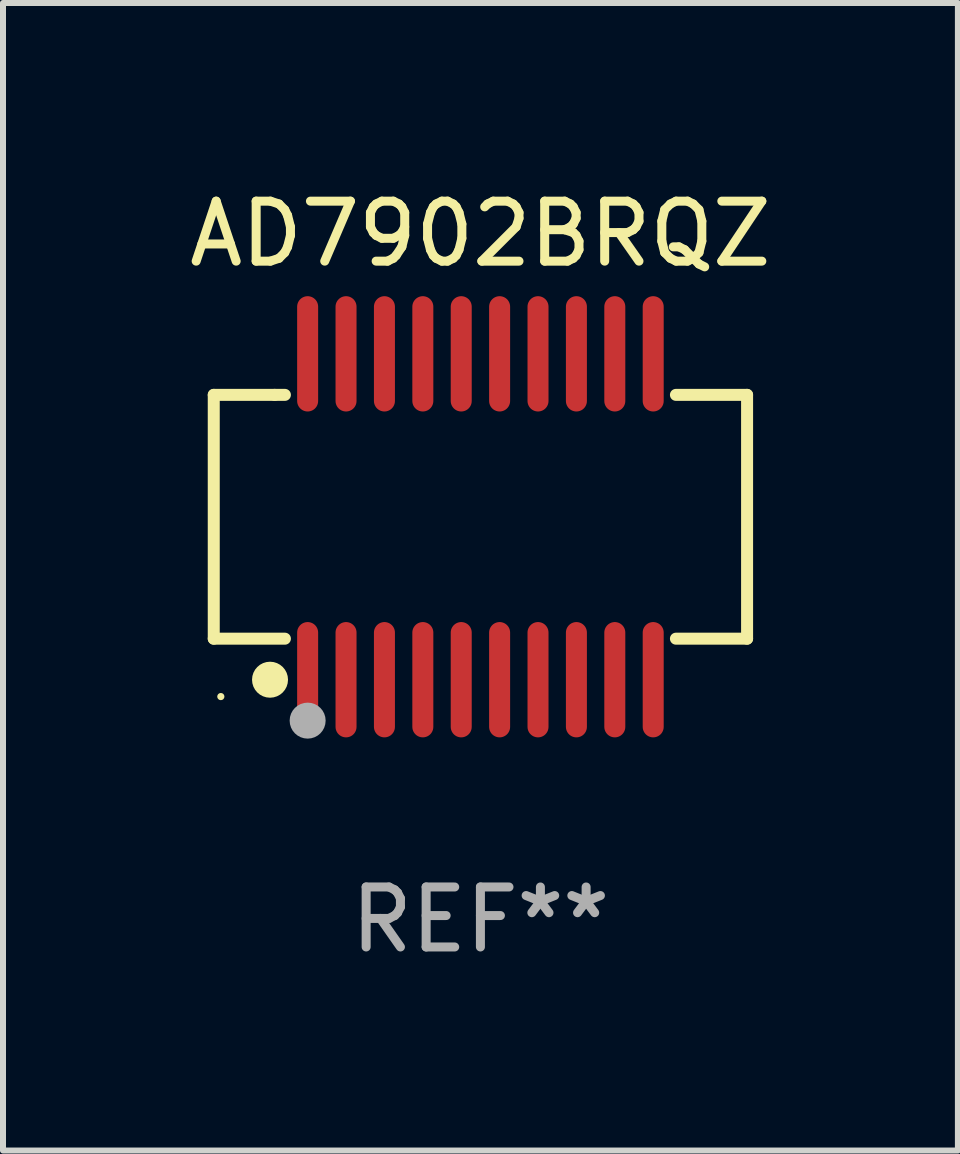
<source format=kicad_pcb>
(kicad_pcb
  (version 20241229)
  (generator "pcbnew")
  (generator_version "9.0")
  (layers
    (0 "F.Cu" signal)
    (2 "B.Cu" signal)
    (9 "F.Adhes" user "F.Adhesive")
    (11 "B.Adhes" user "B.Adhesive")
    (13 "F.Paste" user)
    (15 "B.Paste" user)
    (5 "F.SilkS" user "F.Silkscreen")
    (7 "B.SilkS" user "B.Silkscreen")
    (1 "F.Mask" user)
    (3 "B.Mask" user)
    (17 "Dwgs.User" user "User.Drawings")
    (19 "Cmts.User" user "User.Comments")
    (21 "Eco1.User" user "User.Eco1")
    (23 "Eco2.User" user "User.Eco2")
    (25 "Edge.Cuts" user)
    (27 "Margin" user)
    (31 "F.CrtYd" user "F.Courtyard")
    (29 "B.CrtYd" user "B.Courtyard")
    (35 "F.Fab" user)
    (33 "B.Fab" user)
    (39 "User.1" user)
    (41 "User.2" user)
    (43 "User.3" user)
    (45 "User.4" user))
  (footprint "AD7902BRQZ"
    (layer "F.Cu")
    (at 4.958 5.564)
    (property "Reference" "AD7902BRQZ" (at 0 -4.716 0) (layer "F.SilkS") (effects (font (size 1 1) (thickness 0.15))))
    (attr through_hole)
    (fp_line (start -4.445 -2.032) (end -4.445 2.032) (stroke (width 0.2) (type solid)) (layer "F.SilkS"))
    (fp_line (start -4.445 2.032) (end -3.259 2.032) (stroke (width 0.2) (type solid)) (layer "F.SilkS"))
    (fp_line (start -3.429 -2.032) (end -4.445 -2.032) (stroke (width 0.2) (type solid)) (layer "F.SilkS"))
    (fp_line (start -3.259 -2.032) (end -3.429 -2.032) (stroke (width 0.2) (type solid)) (layer "F.SilkS"))
    (fp_line (start 3.259 2.032) (end 4.445 2.032) (stroke (width 0.2) (type solid)) (layer "F.SilkS"))
    (fp_line (start 4.445 -2.032) (end 3.259 -2.032) (stroke (width 0.2) (type solid)) (layer "F.SilkS"))
    (fp_line (start 4.445 2.032) (end 4.445 -2.032) (stroke (width 0.2) (type solid)) (layer "F.SilkS"))
    (fp_circle (center -4.327 2.997) (end -4.297 2.997) (stroke (width 0.06) (type solid)) (fill no) (layer "F.SilkS"))
    (fp_circle (center -3.507 2.716) (end -3.357 2.716) (stroke (width 0.3) (type solid)) (fill no) (layer "F.SilkS"))
    (fp_circle (center -2.88 3.398) (end -2.73 3.398) (stroke (width 0.3) (type solid)) (fill no) (layer "F.Fab"))
    (fp_text user "REF**" (at 0 6.716 0) (layer "F.Fab") (effects (font (size 1 1) (thickness 0.15))))
    (pad "1" smd oval (at -2.88 2.716) (size 0.35 1.922) (layers "F.Cu" "F.Mask" "F.Paste"))
    (pad "2" smd oval (at -2.24 2.716) (size 0.35 1.922) (layers "F.Cu" "F.Mask" "F.Paste"))
    (pad "3" smd oval (at -1.6 2.716) (size 0.35 1.922) (layers "F.Cu" "F.Mask" "F.Paste"))
    (pad "4" smd oval (at -0.96 2.716) (size 0.35 1.922) (layers "F.Cu" "F.Mask" "F.Paste"))
    (pad "5" smd oval (at -0.32 2.716) (size 0.35 1.922) (layers "F.Cu" "F.Mask" "F.Paste"))
    (pad "6" smd oval (at 0.32 2.716) (size 0.35 1.922) (layers "F.Cu" "F.Mask" "F.Paste"))
    (pad "7" smd oval (at 0.96 2.716) (size 0.35 1.922) (layers "F.Cu" "F.Mask" "F.Paste"))
    (pad "8" smd oval (at 1.6 2.716) (size 0.35 1.922) (layers "F.Cu" "F.Mask" "F.Paste"))
    (pad "9" smd oval (at 2.24 2.716) (size 0.35 1.922) (layers "F.Cu" "F.Mask" "F.Paste"))
    (pad "10" smd oval (at 2.88 2.716) (size 0.35 1.922) (layers "F.Cu" "F.Mask" "F.Paste"))
    (pad "11" smd oval (at 2.88 -2.716) (size 0.35 1.922) (layers "F.Cu" "F.Mask" "F.Paste"))
    (pad "12" smd oval (at 2.24 -2.716) (size 0.35 1.922) (layers "F.Cu" "F.Mask" "F.Paste"))
    (pad "13" smd oval (at 1.6 -2.716) (size 0.35 1.922) (layers "F.Cu" "F.Mask" "F.Paste"))
    (pad "14" smd oval (at 0.96 -2.716) (size 0.35 1.922) (layers "F.Cu" "F.Mask" "F.Paste"))
    (pad "15" smd oval (at 0.32 -2.716) (size 0.35 1.922) (layers "F.Cu" "F.Mask" "F.Paste"))
    (pad "16" smd oval (at -0.32 -2.716) (size 0.35 1.922) (layers "F.Cu" "F.Mask" "F.Paste"))
    (pad "17" smd oval (at -0.96 -2.716) (size 0.35 1.922) (layers "F.Cu" "F.Mask" "F.Paste"))
    (pad "18" smd oval (at -1.6 -2.716) (size 0.35 1.922) (layers "F.Cu" "F.Mask" "F.Paste"))
    (pad "19" smd oval (at -2.24 -2.716) (size 0.35 1.922) (layers "F.Cu" "F.Mask" "F.Paste"))
    (pad "20" smd oval (at -2.88 -2.716) (size 0.35 1.922) (layers "F.Cu" "F.Mask" "F.Paste")))
  (gr_rect
    (start -3 -3)
    (end 12.917 16.128)
    (stroke (width 0.1) (type default))
    (fill no)
    (layer "Edge.Cuts")))
</source>
